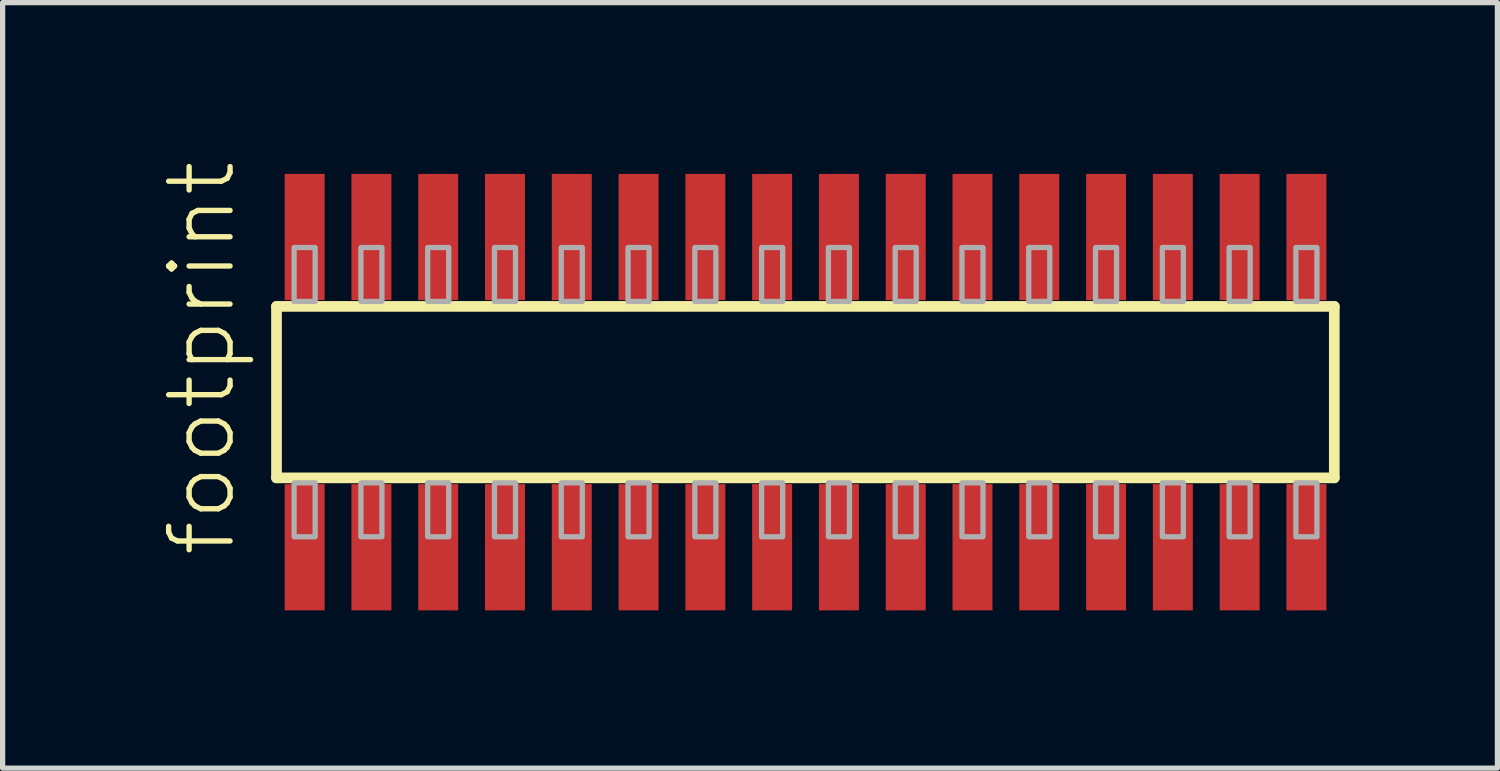
<source format=kicad_pcb>
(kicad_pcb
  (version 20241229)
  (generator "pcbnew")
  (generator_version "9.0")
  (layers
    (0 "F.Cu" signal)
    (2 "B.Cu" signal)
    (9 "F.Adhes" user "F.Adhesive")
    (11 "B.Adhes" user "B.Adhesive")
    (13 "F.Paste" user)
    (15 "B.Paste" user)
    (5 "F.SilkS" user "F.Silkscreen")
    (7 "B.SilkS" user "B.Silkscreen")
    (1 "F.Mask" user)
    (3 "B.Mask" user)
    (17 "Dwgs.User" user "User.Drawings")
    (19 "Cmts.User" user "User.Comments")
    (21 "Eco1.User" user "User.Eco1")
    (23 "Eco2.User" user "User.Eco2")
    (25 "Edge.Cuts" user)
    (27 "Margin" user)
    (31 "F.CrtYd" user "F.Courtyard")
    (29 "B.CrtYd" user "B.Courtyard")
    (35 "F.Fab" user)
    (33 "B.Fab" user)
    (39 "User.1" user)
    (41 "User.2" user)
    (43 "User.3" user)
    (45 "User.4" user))
  (footprint "footprint"
    (layer "F.Cu")
    (at 12.268 4.407)
    (property "Reference" "footprint" (at -10.795 3.175 90) (layer "F.SilkS") (effects (font (size 1.168 1.168) (thickness 0.102)) (justify left bottom)))
    (fp_line (start -10.06 -1.63) (end 10.055 -1.63) (stroke (width 0.203) (type solid)) (layer "F.SilkS"))
    (fp_line (start -10.06 1.63) (end -10.06 -1.63) (stroke (width 0.203) (type solid)) (layer "F.SilkS"))
    (fp_line (start 10.055 -1.63) (end 10.055 1.63) (stroke (width 0.203) (type solid)) (layer "F.SilkS"))
    (fp_line (start 10.055 1.63) (end -10.06 1.63) (stroke (width 0.203) (type solid)) (layer "F.SilkS"))
    (fp_poly (pts (xy -9.725 -1.725) (xy -9.325 -1.725) (xy -9.325 -2.75) (xy -9.725 -2.75)) (stroke (width 0.1) (type solid)) (fill no) (layer "F.Fab"))
    (fp_poly (pts (xy -9.325 1.725) (xy -9.725 1.725) (xy -9.725 2.75) (xy -9.325 2.75)) (stroke (width 0.1) (type solid)) (fill no) (layer "F.Fab"))
    (fp_poly (pts (xy -8.455 -1.725) (xy -8.055 -1.725) (xy -8.055 -2.75) (xy -8.455 -2.75)) (stroke (width 0.1) (type solid)) (fill no) (layer "F.Fab"))
    (fp_poly (pts (xy -8.055 1.725) (xy -8.455 1.725) (xy -8.455 2.75) (xy -8.055 2.75)) (stroke (width 0.1) (type solid)) (fill no) (layer "F.Fab"))
    (fp_poly (pts (xy -7.185 -1.725) (xy -6.785 -1.725) (xy -6.785 -2.75) (xy -7.185 -2.75)) (stroke (width 0.1) (type solid)) (fill no) (layer "F.Fab"))
    (fp_poly (pts (xy -6.785 1.725) (xy -7.185 1.725) (xy -7.185 2.75) (xy -6.785 2.75)) (stroke (width 0.1) (type solid)) (fill no) (layer "F.Fab"))
    (fp_poly (pts (xy -5.915 -1.725) (xy -5.515 -1.725) (xy -5.515 -2.75) (xy -5.915 -2.75)) (stroke (width 0.1) (type solid)) (fill no) (layer "F.Fab"))
    (fp_poly (pts (xy -5.515 1.725) (xy -5.915 1.725) (xy -5.915 2.75) (xy -5.515 2.75)) (stroke (width 0.1) (type solid)) (fill no) (layer "F.Fab"))
    (fp_poly (pts (xy -4.645 -1.725) (xy -4.245 -1.725) (xy -4.245 -2.75) (xy -4.645 -2.75)) (stroke (width 0.1) (type solid)) (fill no) (layer "F.Fab"))
    (fp_poly (pts (xy -4.245 1.725) (xy -4.645 1.725) (xy -4.645 2.75) (xy -4.245 2.75)) (stroke (width 0.1) (type solid)) (fill no) (layer "F.Fab"))
    (fp_poly (pts (xy -3.375 -1.725) (xy -2.975 -1.725) (xy -2.975 -2.75) (xy -3.375 -2.75)) (stroke (width 0.1) (type solid)) (fill no) (layer "F.Fab"))
    (fp_poly (pts (xy -2.975 1.725) (xy -3.375 1.725) (xy -3.375 2.75) (xy -2.975 2.75)) (stroke (width 0.1) (type solid)) (fill no) (layer "F.Fab"))
    (fp_poly (pts (xy -2.105 -1.725) (xy -1.705 -1.725) (xy -1.705 -2.75) (xy -2.105 -2.75)) (stroke (width 0.1) (type solid)) (fill no) (layer "F.Fab"))
    (fp_poly (pts (xy -1.705 1.725) (xy -2.105 1.725) (xy -2.105 2.75) (xy -1.705 2.75)) (stroke (width 0.1) (type solid)) (fill no) (layer "F.Fab"))
    (fp_poly (pts (xy -0.835 -1.725) (xy -0.435 -1.725) (xy -0.435 -2.75) (xy -0.835 -2.75)) (stroke (width 0.1) (type solid)) (fill no) (layer "F.Fab"))
    (fp_poly (pts (xy -0.435 1.725) (xy -0.835 1.725) (xy -0.835 2.75) (xy -0.435 2.75)) (stroke (width 0.1) (type solid)) (fill no) (layer "F.Fab"))
    (fp_poly (pts (xy 0.435 -1.725) (xy 0.835 -1.725) (xy 0.835 -2.75) (xy 0.435 -2.75)) (stroke (width 0.1) (type solid)) (fill no) (layer "F.Fab"))
    (fp_poly (pts (xy 0.835 1.725) (xy 0.435 1.725) (xy 0.435 2.75) (xy 0.835 2.75)) (stroke (width 0.1) (type solid)) (fill no) (layer "F.Fab"))
    (fp_poly (pts (xy 1.705 -1.725) (xy 2.105 -1.725) (xy 2.105 -2.75) (xy 1.705 -2.75)) (stroke (width 0.1) (type solid)) (fill no) (layer "F.Fab"))
    (fp_poly (pts (xy 2.105 1.725) (xy 1.705 1.725) (xy 1.705 2.75) (xy 2.105 2.75)) (stroke (width 0.1) (type solid)) (fill no) (layer "F.Fab"))
    (fp_poly (pts (xy 2.975 -1.725) (xy 3.375 -1.725) (xy 3.375 -2.75) (xy 2.975 -2.75)) (stroke (width 0.1) (type solid)) (fill no) (layer "F.Fab"))
    (fp_poly (pts (xy 3.375 1.725) (xy 2.975 1.725) (xy 2.975 2.75) (xy 3.375 2.75)) (stroke (width 0.1) (type solid)) (fill no) (layer "F.Fab"))
    (fp_poly (pts (xy 4.245 -1.725) (xy 4.645 -1.725) (xy 4.645 -2.75) (xy 4.245 -2.75)) (stroke (width 0.1) (type solid)) (fill no) (layer "F.Fab"))
    (fp_poly (pts (xy 4.645 1.725) (xy 4.245 1.725) (xy 4.245 2.75) (xy 4.645 2.75)) (stroke (width 0.1) (type solid)) (fill no) (layer "F.Fab"))
    (fp_poly (pts (xy 5.515 -1.725) (xy 5.915 -1.725) (xy 5.915 -2.75) (xy 5.515 -2.75)) (stroke (width 0.1) (type solid)) (fill no) (layer "F.Fab"))
    (fp_poly (pts (xy 5.915 1.725) (xy 5.515 1.725) (xy 5.515 2.75) (xy 5.915 2.75)) (stroke (width 0.1) (type solid)) (fill no) (layer "F.Fab"))
    (fp_poly (pts (xy 6.785 -1.725) (xy 7.185 -1.725) (xy 7.185 -2.75) (xy 6.785 -2.75)) (stroke (width 0.1) (type solid)) (fill no) (layer "F.Fab"))
    (fp_poly (pts (xy 7.185 1.725) (xy 6.785 1.725) (xy 6.785 2.75) (xy 7.185 2.75)) (stroke (width 0.1) (type solid)) (fill no) (layer "F.Fab"))
    (fp_poly (pts (xy 8.055 -1.725) (xy 8.455 -1.725) (xy 8.455 -2.75) (xy 8.055 -2.75)) (stroke (width 0.1) (type solid)) (fill no) (layer "F.Fab"))
    (fp_poly (pts (xy 8.455 1.725) (xy 8.055 1.725) (xy 8.055 2.75) (xy 8.455 2.75)) (stroke (width 0.1) (type solid)) (fill no) (layer "F.Fab"))
    (fp_poly (pts (xy 9.325 -1.725) (xy 9.725 -1.725) (xy 9.725 -2.75) (xy 9.325 -2.75)) (stroke (width 0.1) (type solid)) (fill no) (layer "F.Fab"))
    (fp_poly (pts (xy 9.725 1.725) (xy 9.325 1.725) (xy 9.325 2.75) (xy 9.725 2.75)) (stroke (width 0.1) (type solid)) (fill no) (layer "F.Fab"))
    (pad "1" smd rect (at -9.525 2.95) (size 0.76 2.4) (layers "F.Cu" "F.Mask" "F.Paste"))
    (pad "2" smd rect (at -9.525 -2.95) (size 0.76 2.4) (layers "F.Cu" "F.Mask" "F.Paste"))
    (pad "3" smd rect (at -8.255 2.95) (size 0.76 2.4) (layers "F.Cu" "F.Mask" "F.Paste"))
    (pad "4" smd rect (at -8.255 -2.95) (size 0.76 2.4) (layers "F.Cu" "F.Mask" "F.Paste"))
    (pad "5" smd rect (at -6.985 2.95) (size 0.76 2.4) (layers "F.Cu" "F.Mask" "F.Paste"))
    (pad "6" smd rect (at -6.985 -2.95) (size 0.76 2.4) (layers "F.Cu" "F.Mask" "F.Paste"))
    (pad "7" smd rect (at -5.715 2.95) (size 0.76 2.4) (layers "F.Cu" "F.Mask" "F.Paste"))
    (pad "8" smd rect (at -5.715 -2.95) (size 0.76 2.4) (layers "F.Cu" "F.Mask" "F.Paste"))
    (pad "9" smd rect (at -4.445 2.95) (size 0.76 2.4) (layers "F.Cu" "F.Mask" "F.Paste"))
    (pad "10" smd rect (at -4.445 -2.95) (size 0.76 2.4) (layers "F.Cu" "F.Mask" "F.Paste"))
    (pad "11" smd rect (at -3.175 2.95) (size 0.76 2.4) (layers "F.Cu" "F.Mask" "F.Paste"))
    (pad "12" smd rect (at -3.175 -2.95) (size 0.76 2.4) (layers "F.Cu" "F.Mask" "F.Paste"))
    (pad "13" smd rect (at -1.905 2.95) (size 0.76 2.4) (layers "F.Cu" "F.Mask" "F.Paste"))
    (pad "14" smd rect (at -1.905 -2.95) (size 0.76 2.4) (layers "F.Cu" "F.Mask" "F.Paste"))
    (pad "15" smd rect (at -0.635 2.95) (size 0.76 2.4) (layers "F.Cu" "F.Mask" "F.Paste"))
    (pad "16" smd rect (at -0.635 -2.95) (size 0.76 2.4) (layers "F.Cu" "F.Mask" "F.Paste"))
    (pad "17" smd rect (at 0.635 2.95) (size 0.76 2.4) (layers "F.Cu" "F.Mask" "F.Paste"))
    (pad "18" smd rect (at 0.635 -2.95) (size 0.76 2.4) (layers "F.Cu" "F.Mask" "F.Paste"))
    (pad "19" smd rect (at 1.905 2.95) (size 0.76 2.4) (layers "F.Cu" "F.Mask" "F.Paste"))
    (pad "20" smd rect (at 1.905 -2.95) (size 0.76 2.4) (layers "F.Cu" "F.Mask" "F.Paste"))
    (pad "21" smd rect (at 3.175 2.95) (size 0.76 2.4) (layers "F.Cu" "F.Mask" "F.Paste"))
    (pad "22" smd rect (at 3.175 -2.95) (size 0.76 2.4) (layers "F.Cu" "F.Mask" "F.Paste"))
    (pad "23" smd rect (at 4.445 2.95) (size 0.76 2.4) (layers "F.Cu" "F.Mask" "F.Paste"))
    (pad "24" smd rect (at 4.445 -2.95) (size 0.76 2.4) (layers "F.Cu" "F.Mask" "F.Paste"))
    (pad "25" smd rect (at 5.715 2.95) (size 0.76 2.4) (layers "F.Cu" "F.Mask" "F.Paste"))
    (pad "26" smd rect (at 5.715 -2.95) (size 0.76 2.4) (layers "F.Cu" "F.Mask" "F.Paste"))
    (pad "27" smd rect (at 6.985 2.95) (size 0.76 2.4) (layers "F.Cu" "F.Mask" "F.Paste"))
    (pad "28" smd rect (at 6.985 -2.95) (size 0.76 2.4) (layers "F.Cu" "F.Mask" "F.Paste"))
    (pad "29" smd rect (at 8.255 2.95) (size 0.76 2.4) (layers "F.Cu" "F.Mask" "F.Paste"))
    (pad "30" smd rect (at 8.255 -2.95) (size 0.76 2.4) (layers "F.Cu" "F.Mask" "F.Paste"))
    (pad "31" smd rect (at 9.525 2.95) (size 0.76 2.4) (layers "F.Cu" "F.Mask" "F.Paste"))
    (pad "32" smd rect (at 9.525 -2.95) (size 0.76 2.4) (layers "F.Cu" "F.Mask" "F.Paste")))
  (gr_rect
    (start -3 -3)
    (end 25.425 11.557)
    (stroke (width 0.1) (type default))
    (fill no)
    (layer "Edge.Cuts")))
</source>
